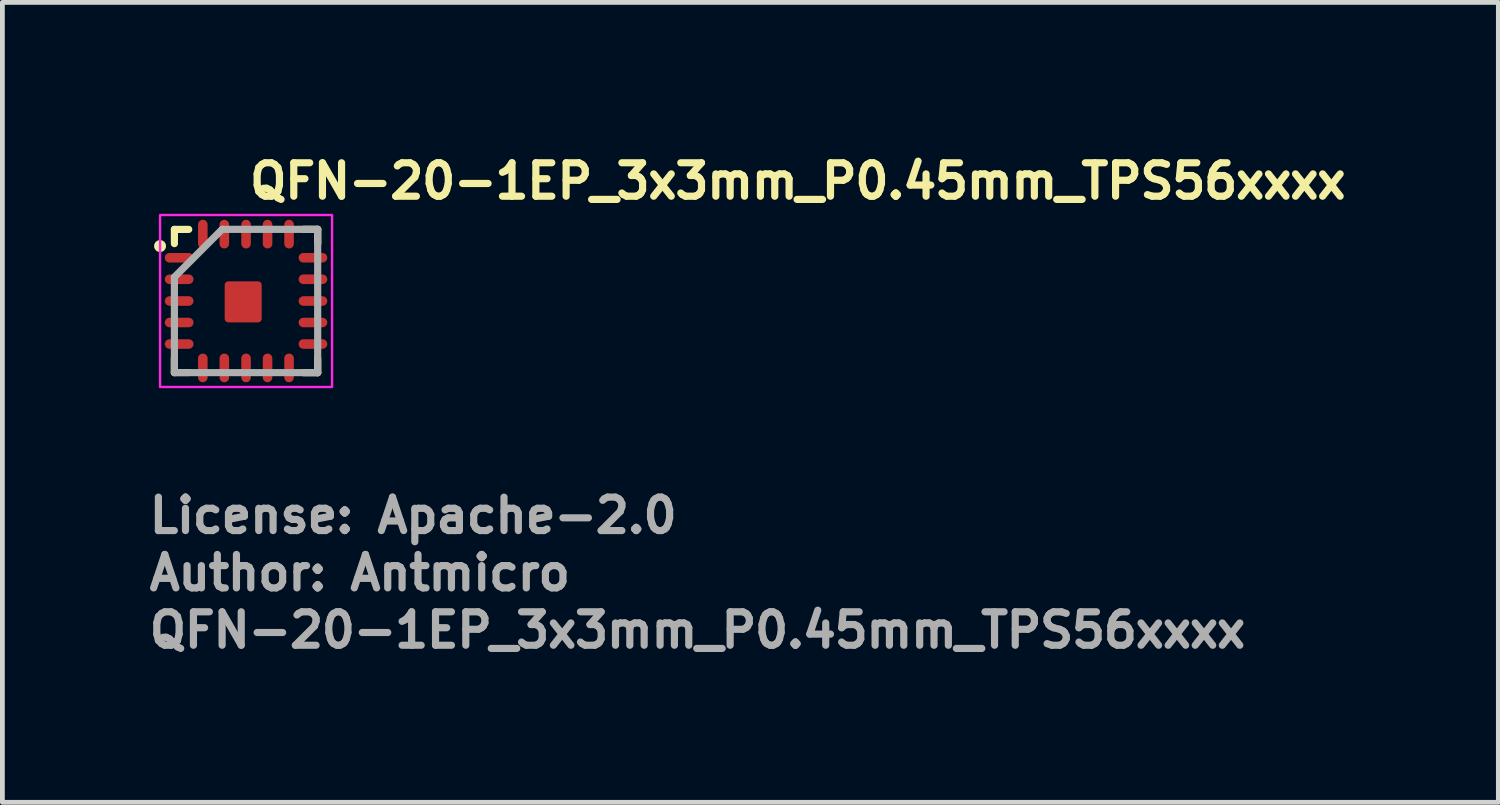
<source format=kicad_pcb>
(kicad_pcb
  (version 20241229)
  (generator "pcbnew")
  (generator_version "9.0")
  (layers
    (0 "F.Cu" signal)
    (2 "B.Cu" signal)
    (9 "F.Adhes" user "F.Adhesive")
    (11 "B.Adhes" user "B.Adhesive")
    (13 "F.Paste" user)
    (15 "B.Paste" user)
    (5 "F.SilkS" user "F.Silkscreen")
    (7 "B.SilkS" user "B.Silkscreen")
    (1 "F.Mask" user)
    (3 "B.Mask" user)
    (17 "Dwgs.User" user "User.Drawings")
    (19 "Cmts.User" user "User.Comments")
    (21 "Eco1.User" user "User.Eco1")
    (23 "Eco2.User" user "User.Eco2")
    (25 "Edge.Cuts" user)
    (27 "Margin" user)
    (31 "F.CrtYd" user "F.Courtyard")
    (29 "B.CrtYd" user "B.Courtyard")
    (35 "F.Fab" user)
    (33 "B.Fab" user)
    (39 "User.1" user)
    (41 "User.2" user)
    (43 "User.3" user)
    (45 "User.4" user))
  (footprint "QFN-20-1EP_3x3mm_P0.45mm_TPS56xxxx"
    (layer "F.Cu")
    (at 2.1 3.25)
    (property "Reference" "QFN-20-1EP_3x3mm_P0.45mm_TPS56xxxx" (at 0 -2.1 0) (layer "F.SilkS") (effects (font (size 0.7 0.7) (thickness 0.15)) (justify left bottom)))
    (attr smd)
    (fp_line (start -1.5 -1.499) (end -1.2 -1.499) (stroke (width 0.15) (type solid)) (layer "F.SilkS"))
    (fp_line (start -1.5 -1.201) (end -1.5 -1.499) (stroke (width 0.15) (type solid)) (layer "F.SilkS"))
    (fp_line (start -1.5 1.498) (end -1.5 1.2) (stroke (width 0.15) (type solid)) (layer "F.SilkS"))
    (fp_line (start -1.2 1.498) (end -1.5 1.498) (stroke (width 0.15) (type solid)) (layer "F.SilkS"))
    (fp_line (start 1.201 1.5) (end 1.499 1.5) (stroke (width 0.15) (type solid)) (layer "F.SilkS"))
    (fp_line (start 1.202 -1.5) (end 1.5 -1.5) (stroke (width 0.15) (type solid)) (layer "F.SilkS"))
    (fp_line (start 1.499 1.5) (end 1.499 1.202) (stroke (width 0.15) (type solid)) (layer "F.SilkS"))
    (fp_line (start 1.5 -1.5) (end 1.5 -1.2) (stroke (width 0.15) (type solid)) (layer "F.SilkS"))
    (fp_circle (center -1.8 -1.15) (end -1.75 -1.15) (stroke (width 0.15) (type solid)) (fill yes) (layer "F.SilkS"))
    (fp_rect (start -1.8 -1.8) (end 1.8 1.8) (stroke (width 0.05) (type solid)) (fill no) (layer "F.CrtYd"))
    (fp_line (start -1.5 -0.5) (end -1.5 1.499) (stroke (width 0.15) (type solid)) (layer "F.Fab"))
    (fp_line (start -1.5 1.499) (end 1.499 1.499) (stroke (width 0.15) (type solid)) (layer "F.Fab"))
    (fp_line (start -0.5 -1.5) (end -1.5 -0.5) (stroke (width 0.15) (type solid)) (layer "F.Fab"))
    (fp_line (start 1.499 -1.5) (end -0.5 -1.5) (stroke (width 0.15) (type solid)) (layer "F.Fab"))
    (fp_line (start 1.499 1.499) (end 1.499 -1.5) (stroke (width 0.15) (type solid)) (layer "F.Fab"))
    (fp_rect (start -1.5 -1.5) (end 1.499 1.499) (stroke (width 0.1) (type solid)) (fill no) (layer "User.5"))
    (fp_line (start -1.5 -0.952) (end -1.5 -0.85) (stroke (width 0.02) (type solid)) (layer "User.9"))
    (fp_line (start -1.5 -0.85) (end -1.45 -0.85) (stroke (width 0.02) (type solid)) (layer "User.9"))
    (fp_line (start -1.5 -0.5) (end -1.5 -0.403) (stroke (width 0.02) (type solid)) (layer "User.9"))
    (fp_line (start -1.5 -0.403) (end -1.45 -0.403) (stroke (width 0.02) (type solid)) (layer "User.9"))
    (fp_line (start -1.5 -0.053) (end -1.5 0.05) (stroke (width 0.02) (type solid)) (layer "User.9"))
    (fp_line (start -1.5 0.05) (end -1.45 0.05) (stroke (width 0.02) (type solid)) (layer "User.9"))
    (fp_line (start -1.5 0.4) (end -1.5 0.497) (stroke (width 0.02) (type solid)) (layer "User.9"))
    (fp_line (start -1.5 0.497) (end -1.45 0.497) (stroke (width 0.02) (type solid)) (layer "User.9"))
    (fp_line (start -1.5 0.847) (end -1.5 0.949) (stroke (width 0.02) (type solid)) (layer "User.9"))
    (fp_line (start -1.5 0.949) (end -1.45 0.949) (stroke (width 0.02) (type solid)) (layer "User.9"))
    (fp_line (start -1.45 -1.45) (end -1.45 1.449) (stroke (width 0.02) (type solid)) (layer "User.9"))
    (fp_line (start -1.45 -1.45) (end 1.449 -1.45) (stroke (width 0.02) (type solid)) (layer "User.9"))
    (fp_line (start -1.45 -0.952) (end -1.5 -0.952) (stroke (width 0.02) (type solid)) (layer "User.9"))
    (fp_line (start -1.45 -0.5) (end -1.5 -0.5) (stroke (width 0.02) (type solid)) (layer "User.9"))
    (fp_line (start -1.45 -0.053) (end -1.5 -0.053) (stroke (width 0.02) (type solid)) (layer "User.9"))
    (fp_line (start -1.45 0.4) (end -1.5 0.4) (stroke (width 0.02) (type solid)) (layer "User.9"))
    (fp_line (start -1.45 0.847) (end -1.5 0.847) (stroke (width 0.02) (type solid)) (layer "User.9"))
    (fp_line (start -1.45 1.449) (end 1.449 1.449) (stroke (width 0.02) (type solid)) (layer "User.9"))
    (fp_line (start -1.101 -1.012) (end -1.101 -1.006) (stroke (width 0.02) (type solid)) (layer "User.9"))
    (fp_line (start -1.101 -1.006) (end -1.101 -1) (stroke (width 0.02) (type solid)) (layer "User.9"))
    (fp_line (start -1.101 -1) (end -1.101 -1) (stroke (width 0.02) (type solid)) (layer "User.9"))
    (fp_line (start -1.101 -1) (end -1.101 -0.995) (stroke (width 0.02) (type solid)) (layer "User.9"))
    (fp_line (start -1.101 -0.995) (end -1.101 -0.99) (stroke (width 0.02) (type solid)) (layer "User.9"))
    (fp_line (start -1.101 -0.99) (end -1.099 -0.985) (stroke (width 0.02) (type solid)) (layer "User.9"))
    (fp_line (start -1.099 -1.022) (end -1.099 -1.016) (stroke (width 0.02) (type solid)) (layer "User.9"))
    (fp_line (start -1.099 -1.016) (end -1.101 -1.012) (stroke (width 0.02) (type solid)) (layer "User.9"))
    (fp_line (start -1.099 -0.985) (end -1.099 -0.98) (stroke (width 0.02) (type solid)) (layer "User.9"))
    (fp_line (start -1.099 -0.98) (end -1.097 -0.976) (stroke (width 0.02) (type solid)) (layer "User.9"))
    (fp_line (start -1.097 -1.031) (end -1.097 -1.025) (stroke (width 0.02) (type solid)) (layer "User.9"))
    (fp_line (start -1.097 -1.025) (end -1.099 -1.022) (stroke (width 0.02) (type solid)) (layer "User.9"))
    (fp_line (start -1.097 -0.976) (end -1.097 -0.971) (stroke (width 0.02) (type solid)) (layer "User.9"))
    (fp_line (start -1.097 -0.971) (end -1.095 -0.966) (stroke (width 0.02) (type solid)) (layer "User.9"))
    (fp_line (start -1.095 -1.035) (end -1.097 -1.031) (stroke (width 0.02) (type solid)) (layer "User.9"))
    (fp_line (start -1.095 -0.966) (end -1.093 -0.962) (stroke (width 0.02) (type solid)) (layer "User.9"))
    (fp_line (start -1.093 -1.039) (end -1.095 -1.035) (stroke (width 0.02) (type solid)) (layer "User.9"))
    (fp_line (start -1.093 -0.962) (end -1.091 -0.959) (stroke (width 0.02) (type solid)) (layer "User.9"))
    (fp_line (start -1.091 -1.045) (end -1.093 -1.039) (stroke (width 0.02) (type solid)) (layer "User.9"))
    (fp_line (start -1.091 -0.959) (end -1.089 -0.955) (stroke (width 0.02) (type solid)) (layer "User.9"))
    (fp_line (start -1.089 -1.049) (end -1.091 -1.045) (stroke (width 0.02) (type solid)) (layer "User.9"))
    (fp_line (start -1.089 -0.955) (end -1.087 -0.951) (stroke (width 0.02) (type solid)) (layer "User.9"))
    (fp_line (start -1.087 -1.053) (end -1.089 -1.049) (stroke (width 0.02) (type solid)) (layer "User.9"))
    (fp_line (start -1.087 -0.951) (end -1.083 -0.947) (stroke (width 0.02) (type solid)) (layer "User.9"))
    (fp_line (start -1.083 -1.057) (end -1.087 -1.053) (stroke (width 0.02) (type solid)) (layer "User.9"))
    (fp_line (start -1.083 -0.947) (end -1.081 -0.943) (stroke (width 0.02) (type solid)) (layer "User.9"))
    (fp_line (start -1.081 -1.061) (end -1.083 -1.057) (stroke (width 0.02) (type solid)) (layer "User.9"))
    (fp_line (start -1.081 -0.943) (end -1.079 -0.939) (stroke (width 0.02) (type solid)) (layer "User.9"))
    (fp_line (start -1.079 -1.065) (end -1.081 -1.061) (stroke (width 0.02) (type solid)) (layer "User.9"))
    (fp_line (start -1.079 -0.939) (end -1.075 -0.935) (stroke (width 0.02) (type solid)) (layer "User.9"))
    (fp_line (start -1.075 -1.069) (end -1.079 -1.065) (stroke (width 0.02) (type solid)) (layer "User.9"))
    (fp_line (start -1.075 -0.935) (end -1.071 -0.932) (stroke (width 0.02) (type solid)) (layer "User.9"))
    (fp_line (start -1.071 -1.071) (end -1.075 -1.069) (stroke (width 0.02) (type solid)) (layer "User.9"))
    (fp_line (start -1.071 -0.932) (end -1.069 -0.928) (stroke (width 0.02) (type solid)) (layer "User.9"))
    (fp_line (start -1.069 -1.075) (end -1.071 -1.071) (stroke (width 0.02) (type solid)) (layer "User.9"))
    (fp_line (start -1.069 -0.928) (end -1.065 -0.925) (stroke (width 0.02) (type solid)) (layer "User.9"))
    (fp_line (start -1.065 -1.079) (end -1.069 -1.075) (stroke (width 0.02) (type solid)) (layer "User.9"))
    (fp_line (start -1.065 -0.925) (end -1.061 -0.922) (stroke (width 0.02) (type solid)) (layer "User.9"))
    (fp_line (start -1.061 -1.081) (end -1.065 -1.079) (stroke (width 0.02) (type solid)) (layer "User.9"))
    (fp_line (start -1.061 -0.922) (end -1.057 -0.92) (stroke (width 0.02) (type solid)) (layer "User.9"))
    (fp_line (start -1.057 -1.083) (end -1.061 -1.081) (stroke (width 0.02) (type solid)) (layer "User.9"))
    (fp_line (start -1.057 -0.92) (end -1.053 -0.917) (stroke (width 0.02) (type solid)) (layer "User.9"))
    (fp_line (start -1.053 -1.087) (end -1.057 -1.083) (stroke (width 0.02) (type solid)) (layer "User.9"))
    (fp_line (start -1.053 -0.917) (end -1.049 -0.915) (stroke (width 0.02) (type solid)) (layer "User.9"))
    (fp_line (start -1.049 -1.089) (end -1.053 -1.087) (stroke (width 0.02) (type solid)) (layer "User.9"))
    (fp_line (start -1.049 -0.915) (end -1.045 -0.912) (stroke (width 0.02) (type solid)) (layer "User.9"))
    (fp_line (start -1.045 -1.091) (end -1.049 -1.089) (stroke (width 0.02) (type solid)) (layer "User.9"))
    (fp_line (start -1.045 -0.912) (end -1.039 -0.91) (stroke (width 0.02) (type solid)) (layer "User.9"))
    (fp_line (start -1.039 -1.093) (end -1.045 -1.091) (stroke (width 0.02) (type solid)) (layer "User.9"))
    (fp_line (start -1.039 -0.91) (end -1.035 -0.909) (stroke (width 0.02) (type solid)) (layer "User.9"))
    (fp_line (start -1.035 -1.095) (end -1.039 -1.093) (stroke (width 0.02) (type solid)) (layer "User.9"))
    (fp_line (start -1.035 -0.909) (end -1.031 -0.907) (stroke (width 0.02) (type solid)) (layer "User.9"))
    (fp_line (start -1.031 -1.097) (end -1.035 -1.095) (stroke (width 0.02) (type solid)) (layer "User.9"))
    (fp_line (start -1.031 -0.907) (end -1.025 -0.906) (stroke (width 0.02) (type solid)) (layer "User.9"))
    (fp_line (start -1.025 -1.097) (end -1.031 -1.097) (stroke (width 0.02) (type solid)) (layer "User.9"))
    (fp_line (start -1.025 -0.906) (end -1.022 -0.905) (stroke (width 0.02) (type solid)) (layer "User.9"))
    (fp_line (start -1.022 -1.099) (end -1.025 -1.097) (stroke (width 0.02) (type solid)) (layer "User.9"))
    (fp_line (start -1.022 -0.905) (end -1.016 -0.904) (stroke (width 0.02) (type solid)) (layer "User.9"))
    (fp_line (start -1.016 -1.099) (end -1.022 -1.099) (stroke (width 0.02) (type solid)) (layer "User.9"))
    (fp_line (start -1.016 -0.904) (end -1.012 -0.903) (stroke (width 0.02) (type solid)) (layer "User.9"))
    (fp_line (start -1.012 -1.101) (end -1.016 -1.099) (stroke (width 0.02) (type solid)) (layer "User.9"))
    (fp_line (start -1.012 -0.903) (end -1.006 -0.903) (stroke (width 0.02) (type solid)) (layer "User.9"))
    (fp_line (start -1.006 -1.101) (end -1.012 -1.101) (stroke (width 0.02) (type solid)) (layer "User.9"))
    (fp_line (start -1.006 -0.903) (end -1 -0.903) (stroke (width 0.02) (type solid)) (layer "User.9"))
    (fp_line (start -1 -1.101) (end -1.006 -1.101) (stroke (width 0.02) (type solid)) (layer "User.9"))
    (fp_line (start -1 -1.101) (end -1 -1.101) (stroke (width 0.02) (type solid)) (layer "User.9"))
    (fp_line (start -1 -0.903) (end -1 -0.903) (stroke (width 0.02) (type solid)) (layer "User.9"))
    (fp_line (start -1 -0.903) (end -0.995 -0.903) (stroke (width 0.02) (type solid)) (layer "User.9"))
    (fp_line (start -0.995 -1.101) (end -1 -1.101) (stroke (width 0.02) (type solid)) (layer "User.9"))
    (fp_line (start -0.995 -0.903) (end -0.99 -0.903) (stroke (width 0.02) (type solid)) (layer "User.9"))
    (fp_line (start -0.99 -1.101) (end -0.995 -1.101) (stroke (width 0.02) (type solid)) (layer "User.9"))
    (fp_line (start -0.99 -0.903) (end -0.985 -0.904) (stroke (width 0.02) (type solid)) (layer "User.9"))
    (fp_line (start -0.985 -1.099) (end -0.99 -1.101) (stroke (width 0.02) (type solid)) (layer "User.9"))
    (fp_line (start -0.985 -0.904) (end -0.98 -0.905) (stroke (width 0.02) (type solid)) (layer "User.9"))
    (fp_line (start -0.98 -1.099) (end -0.985 -1.099) (stroke (width 0.02) (type solid)) (layer "User.9"))
    (fp_line (start -0.98 -0.905) (end -0.976 -0.906) (stroke (width 0.02) (type solid)) (layer "User.9"))
    (fp_line (start -0.976 -1.097) (end -0.98 -1.099) (stroke (width 0.02) (type solid)) (layer "User.9"))
    (fp_line (start -0.976 -0.906) (end -0.971 -0.907) (stroke (width 0.02) (type solid)) (layer "User.9"))
    (fp_line (start -0.971 -1.097) (end -0.976 -1.097) (stroke (width 0.02) (type solid)) (layer "User.9"))
    (fp_line (start -0.971 -0.907) (end -0.966 -0.909) (stroke (width 0.02) (type solid)) (layer "User.9"))
    (fp_line (start -0.966 -1.095) (end -0.971 -1.097) (stroke (width 0.02) (type solid)) (layer "User.9"))
    (fp_line (start -0.966 -0.909) (end -0.962 -0.91) (stroke (width 0.02) (type solid)) (layer "User.9"))
    (fp_line (start -0.962 -1.093) (end -0.966 -1.095) (stroke (width 0.02) (type solid)) (layer "User.9"))
    (fp_line (start -0.962 -0.91) (end -0.959 -0.912) (stroke (width 0.02) (type solid)) (layer "User.9"))
    (fp_line (start -0.959 -1.091) (end -0.962 -1.093) (stroke (width 0.02) (type solid)) (layer "User.9"))
    (fp_line (start -0.959 -0.912) (end -0.955 -0.915) (stroke (width 0.02) (type solid)) (layer "User.9"))
    (fp_line (start -0.955 -1.089) (end -0.959 -1.091) (stroke (width 0.02) (type solid)) (layer "User.9"))
    (fp_line (start -0.955 -0.915) (end -0.951 -0.917) (stroke (width 0.02) (type solid)) (layer "User.9"))
    (fp_line (start -0.952 -1.5) (end -0.952 -1.45) (stroke (width 0.02) (type solid)) (layer "User.9"))
    (fp_line (start -0.952 1.449) (end -0.952 1.499) (stroke (width 0.02) (type solid)) (layer "User.9"))
    (fp_line (start -0.952 1.499) (end -0.85 1.499) (stroke (width 0.02) (type solid)) (layer "User.9"))
    (fp_line (start -0.951 -1.087) (end -0.955 -1.089) (stroke (width 0.02) (type solid)) (layer "User.9"))
    (fp_line (start -0.951 -0.917) (end -0.947 -0.92) (stroke (width 0.02) (type solid)) (layer "User.9"))
    (fp_line (start -0.947 -1.083) (end -0.951 -1.087) (stroke (width 0.02) (type solid)) (layer "User.9"))
    (fp_line (start -0.947 -0.92) (end -0.943 -0.922) (stroke (width 0.02) (type solid)) (layer "User.9"))
    (fp_line (start -0.943 -1.081) (end -0.947 -1.083) (stroke (width 0.02) (type solid)) (layer "User.9"))
    (fp_line (start -0.943 -0.922) (end -0.939 -0.925) (stroke (width 0.02) (type solid)) (layer "User.9"))
    (fp_line (start -0.939 -1.079) (end -0.943 -1.081) (stroke (width 0.02) (type solid)) (layer "User.9"))
    (fp_line (start -0.939 -0.925) (end -0.935 -0.928) (stroke (width 0.02) (type solid)) (layer "User.9"))
    (fp_line (start -0.935 -1.075) (end -0.939 -1.079) (stroke (width 0.02) (type solid)) (layer "User.9"))
    (fp_line (start -0.935 -0.928) (end -0.932 -0.932) (stroke (width 0.02) (type solid)) (layer "User.9"))
    (fp_line (start -0.932 -1.071) (end -0.935 -1.075) (stroke (width 0.02) (type solid)) (layer "User.9"))
    (fp_line (start -0.932 -0.932) (end -0.928 -0.935) (stroke (width 0.02) (type solid)) (layer "User.9"))
    (fp_line (start -0.928 -1.069) (end -0.932 -1.071) (stroke (width 0.02) (type solid)) (layer "User.9"))
    (fp_line (start -0.928 -0.935) (end -0.925 -0.939) (stroke (width 0.02) (type solid)) (layer "User.9"))
    (fp_line (start -0.925 -1.065) (end -0.928 -1.069) (stroke (width 0.02) (type solid)) (layer "User.9"))
    (fp_line (start -0.925 -0.939) (end -0.922 -0.943) (stroke (width 0.02) (type solid)) (layer "User.9"))
    (fp_line (start -0.922 -1.061) (end -0.925 -1.065) (stroke (width 0.02) (type solid)) (layer "User.9"))
    (fp_line (start -0.922 -0.943) (end -0.92 -0.947) (stroke (width 0.02) (type solid)) (layer "User.9"))
    (fp_line (start -0.92 -1.057) (end -0.922 -1.061) (stroke (width 0.02) (type solid)) (layer "User.9"))
    (fp_line (start -0.92 -0.947) (end -0.917 -0.951) (stroke (width 0.02) (type solid)) (layer "User.9"))
    (fp_line (start -0.917 -1.053) (end -0.92 -1.057) (stroke (width 0.02) (type solid)) (layer "User.9"))
    (fp_line (start -0.917 -0.951) (end -0.915 -0.955) (stroke (width 0.02) (type solid)) (layer "User.9"))
    (fp_line (start -0.915 -1.049) (end -0.917 -1.053) (stroke (width 0.02) (type solid)) (layer "User.9"))
    (fp_line (start -0.915 -0.955) (end -0.912 -0.959) (stroke (width 0.02) (type solid)) (layer "User.9"))
    (fp_line (start -0.912 -1.045) (end -0.915 -1.049) (stroke (width 0.02) (type solid)) (layer "User.9"))
    (fp_line (start -0.912 -0.959) (end -0.91 -0.962) (stroke (width 0.02) (type solid)) (layer "User.9"))
    (fp_line (start -0.91 -1.039) (end -0.912 -1.045) (stroke (width 0.02) (type solid)) (layer "User.9"))
    (fp_line (start -0.91 -0.962) (end -0.909 -0.966) (stroke (width 0.02) (type solid)) (layer "User.9"))
    (fp_line (start -0.909 -1.035) (end -0.91 -1.039) (stroke (width 0.02) (type solid)) (layer "User.9"))
    (fp_line (start -0.909 -0.966) (end -0.907 -0.971) (stroke (width 0.02) (type solid)) (layer "User.9"))
    (fp_line (start -0.907 -1.031) (end -0.909 -1.035) (stroke (width 0.02) (type solid)) (layer "User.9"))
    (fp_line (start -0.907 -0.971) (end -0.906 -0.976) (stroke (width 0.02) (type solid)) (layer "User.9"))
    (fp_line (start -0.906 -1.025) (end -0.907 -1.031) (stroke (width 0.02) (type solid)) (layer "User.9"))
    (fp_line (start -0.906 -0.976) (end -0.905 -0.98) (stroke (width 0.02) (type solid)) (layer "User.9"))
    (fp_line (start -0.905 -1.022) (end -0.906 -1.025) (stroke (width 0.02) (type solid)) (layer "User.9"))
    (fp_line (start -0.905 -0.98) (end -0.904 -0.985) (stroke (width 0.02) (type solid)) (layer "User.9"))
    (fp_line (start -0.904 -1.016) (end -0.905 -1.022) (stroke (width 0.02) (type solid)) (layer "User.9"))
    (fp_line (start -0.904 -0.985) (end -0.903 -0.99) (stroke (width 0.02) (type solid)) (layer "User.9"))
    (fp_line (start -0.903 -1.012) (end -0.904 -1.016) (stroke (width 0.02) (type solid)) (layer "User.9"))
    (fp_line (start -0.903 -1.006) (end -0.903 -1.012) (stroke (width 0.02) (type solid)) (layer "User.9"))
    (fp_line (start -0.903 -1) (end -0.903 -1.006) (stroke (width 0.02) (type solid)) (layer "User.9"))
    (fp_line (start -0.903 -1) (end -0.903 -1) (stroke (width 0.02) (type solid)) (layer "User.9"))
    (fp_line (start -0.903 -1) (end -0.903 -1) (stroke (width 0.02) (type solid)) (layer "User.9"))
    (fp_line (start -0.903 -0.995) (end -0.903 -1) (stroke (width 0.02) (type solid)) (layer "User.9"))
    (fp_line (start -0.903 -0.99) (end -0.903 -0.995) (stroke (width 0.02) (type solid)) (layer "User.9"))
    (fp_line (start -0.85 -1.5) (end -0.952 -1.5) (stroke (width 0.02) (type solid)) (layer "User.9"))
    (fp_line (start -0.85 -1.45) (end -0.85 -1.5) (stroke (width 0.02) (type solid)) (layer "User.9"))
    (fp_line (start -0.85 1.499) (end -0.85 1.449) (stroke (width 0.02) (type solid)) (layer "User.9"))
    (fp_line (start -0.5 -1.5) (end -0.5 -1.45) (stroke (width 0.02) (type solid)) (layer "User.9"))
    (fp_line (start -0.5 1.449) (end -0.5 1.499) (stroke (width 0.02) (type solid)) (layer "User.9"))
    (fp_line (start -0.5 1.499) (end -0.403 1.499) (stroke (width 0.02) (type solid)) (layer "User.9"))
    (fp_line (start -0.403 -1.5) (end -0.5 -1.5) (stroke (width 0.02) (type solid)) (layer "User.9"))
    (fp_line (start -0.403 -1.45) (end -0.403 -1.5) (stroke (width 0.02) (type solid)) (layer "User.9"))
    (fp_line (start -0.403 1.499) (end -0.403 1.449) (stroke (width 0.02) (type solid)) (layer "User.9"))
    (fp_line (start -0.053 -1.5) (end -0.053 -1.45) (stroke (width 0.02) (type solid)) (layer "User.9"))
    (fp_line (start -0.053 1.449) (end -0.053 1.499) (stroke (width 0.02) (type solid)) (layer "User.9"))
    (fp_line (start -0.053 1.499) (end 0.05 1.499) (stroke (width 0.02) (type solid)) (layer "User.9"))
    (fp_line (start 0.05 -1.5) (end -0.053 -1.5) (stroke (width 0.02) (type solid)) (layer "User.9"))
    (fp_line (start 0.05 -1.45) (end 0.05 -1.5) (stroke (width 0.02) (type solid)) (layer "User.9"))
    (fp_line (start 0.05 1.499) (end 0.05 1.449) (stroke (width 0.02) (type solid)) (layer "User.9"))
    (fp_line (start 0.4 -1.5) (end 0.4 -1.45) (stroke (width 0.02) (type solid)) (layer "User.9"))
    (fp_line (start 0.4 1.449) (end 0.4 1.499) (stroke (width 0.02) (type solid)) (layer "User.9"))
    (fp_line (start 0.4 1.499) (end 0.497 1.499) (stroke (width 0.02) (type solid)) (layer "User.9"))
    (fp_line (start 0.497 -1.5) (end 0.4 -1.5) (stroke (width 0.02) (type solid)) (layer "User.9"))
    (fp_line (start 0.497 -1.45) (end 0.497 -1.5) (stroke (width 0.02) (type solid)) (layer "User.9"))
    (fp_line (start 0.497 1.499) (end 0.497 1.449) (stroke (width 0.02) (type solid)) (layer "User.9"))
    (fp_line (start 0.847 -1.5) (end 0.847 -1.45) (stroke (width 0.02) (type solid)) (layer "User.9"))
    (fp_line (start 0.847 1.449) (end 0.847 1.499) (stroke (width 0.02) (type solid)) (layer "User.9"))
    (fp_line (start 0.847 1.499) (end 0.949 1.499) (stroke (width 0.02) (type solid)) (layer "User.9"))
    (fp_line (start 0.949 -1.5) (end 0.847 -1.5) (stroke (width 0.02) (type solid)) (layer "User.9"))
    (fp_line (start 0.949 -1.45) (end 0.949 -1.5) (stroke (width 0.02) (type solid)) (layer "User.9"))
    (fp_line (start 0.949 1.499) (end 0.949 1.449) (stroke (width 0.02) (type solid)) (layer "User.9"))
    (fp_line (start 1.449 -1.45) (end 1.449 1.449) (stroke (width 0.02) (type solid)) (layer "User.9"))
    (fp_line (start 1.449 -0.85) (end 1.499 -0.85) (stroke (width 0.02) (type solid)) (layer "User.9"))
    (fp_line (start 1.449 -0.403) (end 1.499 -0.403) (stroke (width 0.02) (type solid)) (layer "User.9"))
    (fp_line (start 1.449 0.05) (end 1.499 0.05) (stroke (width 0.02) (type solid)) (layer "User.9"))
    (fp_line (start 1.449 0.497) (end 1.499 0.497) (stroke (width 0.02) (type solid)) (layer "User.9"))
    (fp_line (start 1.449 0.949) (end 1.499 0.949) (stroke (width 0.02) (type solid)) (layer "User.9"))
    (fp_line (start 1.499 -0.952) (end 1.449 -0.952) (stroke (width 0.02) (type solid)) (layer "User.9"))
    (fp_line (start 1.499 -0.85) (end 1.499 -0.952) (stroke (width 0.02) (type solid)) (layer "User.9"))
    (fp_line (start 1.499 -0.5) (end 1.449 -0.5) (stroke (width 0.02) (type solid)) (layer "User.9"))
    (fp_line (start 1.499 -0.403) (end 1.499 -0.5) (stroke (width 0.02) (type solid)) (layer "User.9"))
    (fp_line (start 1.499 -0.053) (end 1.449 -0.053) (stroke (width 0.02) (type solid)) (layer "User.9"))
    (fp_line (start 1.499 0.05) (end 1.499 -0.053) (stroke (width 0.02) (type solid)) (layer "User.9"))
    (fp_line (start 1.499 0.4) (end 1.449 0.4) (stroke (width 0.02) (type solid)) (layer "User.9"))
    (fp_line (start 1.499 0.497) (end 1.499 0.4) (stroke (width 0.02) (type solid)) (layer "User.9"))
    (fp_line (start 1.499 0.847) (end 1.449 0.847) (stroke (width 0.02) (type solid)) (layer "User.9"))
    (fp_line (start 1.499 0.949) (end 1.499 0.847) (stroke (width 0.02) (type solid)) (layer "User.9"))
    (fp_text user "Author: Antmicro" (at -2.1 6.098 0) (layer "F.Fab") (effects (font (size 0.7 0.7) (thickness 0.15)) (justify left bottom)))
    (fp_text user "${REFERENCE}" (at -2.1 7.298 0) (layer "F.Fab") (effects (font (size 0.7 0.7) (thickness 0.15)) (justify left bottom)))
    (fp_text user "License: Apache-2.0" (at -2.1 4.898 0) (layer "F.Fab") (effects (font (size 0.7 0.7) (thickness 0.15)) (justify left bottom)))
    (pad "1" smd oval (at -1.4 -0.905 90) (size 0.2 0.6) (layers "F.Cu" "F.Mask" "F.Paste"))
    (pad "2" smd oval (at -1.4 -0.455 90) (size 0.2 0.6) (layers "F.Cu" "F.Mask" "F.Paste"))
    (pad "3" smd oval (at -1.4 0 90) (size 0.2 0.6) (layers "F.Cu" "F.Mask" "F.Paste"))
    (pad "4" smd oval (at -1.4 0.45 90) (size 0.2 0.6) (layers "F.Cu" "F.Mask" "F.Paste"))
    (pad "5" smd oval (at -1.4 0.9 90) (size 0.2 0.6) (layers "F.Cu" "F.Mask" "F.Paste"))
    (pad "6" smd oval (at -0.905 1.4) (size 0.2 0.6) (layers "F.Cu" "F.Mask" "F.Paste"))
    (pad "7" smd oval (at -0.455 1.4) (size 0.2 0.6) (layers "F.Cu" "F.Mask" "F.Paste"))
    (pad "8" smd oval (at 0 1.4) (size 0.2 0.6) (layers "F.Cu" "F.Mask" "F.Paste"))
    (pad "9" smd oval (at 0.45 1.4) (size 0.2 0.6) (layers "F.Cu" "F.Mask" "F.Paste"))
    (pad "10" smd oval (at 0.9 1.4) (size 0.2 0.6) (layers "F.Cu" "F.Mask" "F.Paste"))
    (pad "11" smd oval (at 1.4 0.9 90) (size 0.2 0.6) (layers "F.Cu" "F.Mask" "F.Paste"))
    (pad "12" smd oval (at 1.4 0.45 90) (size 0.2 0.6) (layers "F.Cu" "F.Mask" "F.Paste"))
    (pad "13" smd oval (at 1.4 0 90) (size 0.2 0.6) (layers "F.Cu" "F.Mask" "F.Paste"))
    (pad "14" smd oval (at 1.4 -0.455 90) (size 0.2 0.6) (layers "F.Cu" "F.Mask" "F.Paste"))
    (pad "15" smd oval (at 1.4 -0.905 90) (size 0.2 0.6) (layers "F.Cu" "F.Mask" "F.Paste"))
    (pad "16" smd oval (at 0.9 -1.4) (size 0.2 0.6) (layers "F.Cu" "F.Mask" "F.Paste"))
    (pad "17" smd oval (at 0.45 -1.4) (size 0.2 0.6) (layers "F.Cu" "F.Mask" "F.Paste"))
    (pad "18" smd oval (at 0 -1.4) (size 0.2 0.6) (layers "F.Cu" "F.Mask" "F.Paste"))
    (pad "19" smd oval (at -0.455 -1.4) (size 0.2 0.6) (layers "F.Cu" "F.Mask" "F.Paste"))
    (pad "20" smd oval (at -0.905 -1.4) (size 0.2 0.6) (layers "F.Cu" "F.Mask" "F.Paste"))
    (pad "21" smd roundrect (at -0.06 0.018) (size 0.775 0.86) (layers "F.Cu" "F.Mask" "F.Paste") (roundrect_rratio 0.1)))
  (gr_rect
    (start -3 -3)
    (end 28.31 13.743)
    (stroke (width 0.1) (type default))
    (fill no)
    (layer "Edge.Cuts")))
</source>
